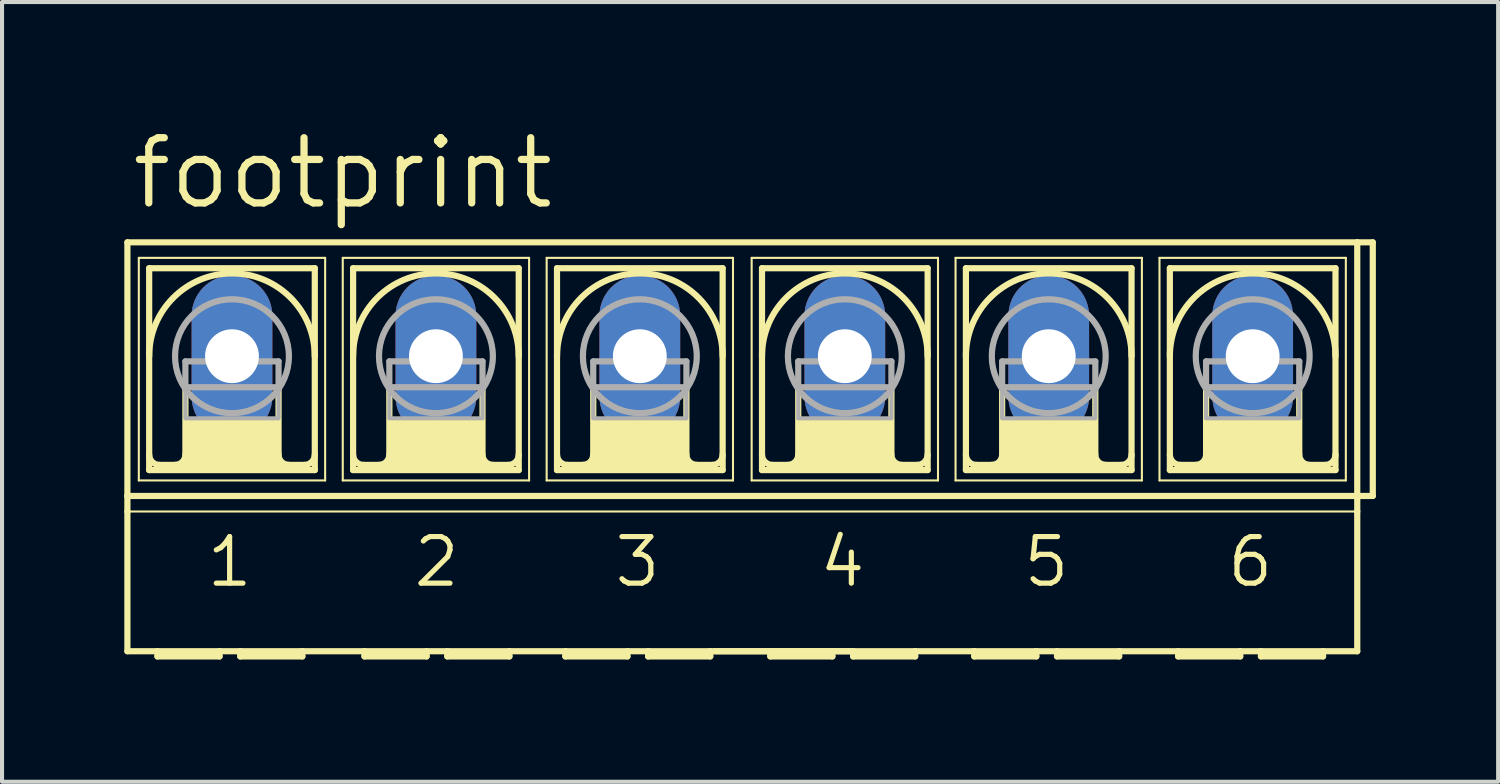
<source format=kicad_pcb>
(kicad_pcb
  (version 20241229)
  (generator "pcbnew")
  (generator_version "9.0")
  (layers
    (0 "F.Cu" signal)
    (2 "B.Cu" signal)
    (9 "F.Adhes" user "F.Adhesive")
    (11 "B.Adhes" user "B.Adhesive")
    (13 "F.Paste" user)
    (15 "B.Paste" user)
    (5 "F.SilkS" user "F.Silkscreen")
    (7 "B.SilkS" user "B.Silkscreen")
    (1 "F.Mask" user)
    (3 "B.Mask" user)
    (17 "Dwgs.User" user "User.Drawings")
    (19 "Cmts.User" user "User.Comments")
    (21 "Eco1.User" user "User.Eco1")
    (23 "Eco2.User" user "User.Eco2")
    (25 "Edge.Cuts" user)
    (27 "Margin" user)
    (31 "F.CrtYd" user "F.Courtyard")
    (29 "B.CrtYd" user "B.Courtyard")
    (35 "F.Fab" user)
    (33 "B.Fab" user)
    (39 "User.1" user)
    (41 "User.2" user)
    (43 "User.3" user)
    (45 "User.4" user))
  (footprint "footprint"
    (layer "F.Cu")
    (at 15.164 5.69)
    (property "Reference" "footprint" (at -15.062 -3.556 0) (layer "F.SilkS") (effects (font (size 1.6 1.6) (thickness 0.178)) (justify left bottom)))
    (fp_line (start -15.088 3.429) (end -15.088 -2.794) (stroke (width 0.152) (type solid)) (layer "F.SilkS"))
    (fp_line (start -15.088 3.429) (end 15.088 3.429) (stroke (width 0.152) (type solid)) (layer "F.SilkS"))
    (fp_line (start -15.088 3.81) (end -15.088 3.429) (stroke (width 0.152) (type solid)) (layer "F.SilkS"))
    (fp_line (start -15.088 7.239) (end -15.088 3.81) (stroke (width 0.152) (type solid)) (layer "F.SilkS"))
    (fp_line (start -15.088 7.239) (end -14.351 7.239) (stroke (width 0.152) (type solid)) (layer "F.SilkS"))
    (fp_line (start -14.808 -2.413) (end -14.808 3.048) (stroke (width 0.051) (type solid)) (layer "F.SilkS"))
    (fp_line (start -14.808 -2.413) (end -10.236 -2.413) (stroke (width 0.051) (type solid)) (layer "F.SilkS"))
    (fp_line (start -14.554 2.794) (end -14.554 -2.159) (stroke (width 0.152) (type solid)) (layer "F.SilkS"))
    (fp_line (start -14.554 2.794) (end -10.49 2.794) (stroke (width 0.152) (type solid)) (layer "F.SilkS"))
    (fp_line (start -14.351 7.239) (end -12.827 7.239) (stroke (width 0.152) (type solid)) (layer "F.SilkS"))
    (fp_line (start -14.351 7.366) (end -14.351 7.239) (stroke (width 0.152) (type solid)) (layer "F.SilkS"))
    (fp_line (start -14.351 7.366) (end -12.827 7.366) (stroke (width 0.152) (type solid)) (layer "F.SilkS"))
    (fp_line (start -13.665 0.762) (end -13.665 2.413) (stroke (width 0.152) (type solid)) (layer "F.SilkS"))
    (fp_line (start -12.827 7.239) (end -12.827 7.366) (stroke (width 0.152) (type solid)) (layer "F.SilkS"))
    (fp_line (start -12.827 7.239) (end -12.319 7.239) (stroke (width 0.152) (type solid)) (layer "F.SilkS"))
    (fp_line (start -12.319 7.239) (end -10.795 7.239) (stroke (width 0.152) (type solid)) (layer "F.SilkS"))
    (fp_line (start -12.319 7.366) (end -12.319 7.239) (stroke (width 0.152) (type solid)) (layer "F.SilkS"))
    (fp_line (start -12.319 7.366) (end -10.795 7.366) (stroke (width 0.152) (type solid)) (layer "F.SilkS"))
    (fp_line (start -11.379 0.762) (end -11.379 2.413) (stroke (width 0.152) (type solid)) (layer "F.SilkS"))
    (fp_line (start -10.795 7.239) (end -9.271 7.239) (stroke (width 0.152) (type solid)) (layer "F.SilkS"))
    (fp_line (start -10.795 7.366) (end -10.795 7.239) (stroke (width 0.152) (type solid)) (layer "F.SilkS"))
    (fp_line (start -10.744 2.667) (end -14.3 2.667) (stroke (width 0.152) (type solid)) (layer "F.SilkS"))
    (fp_line (start -10.49 -2.159) (end -14.554 -2.159) (stroke (width 0.152) (type solid)) (layer "F.SilkS"))
    (fp_line (start -10.49 -2.159) (end -10.49 2.794) (stroke (width 0.152) (type solid)) (layer "F.SilkS"))
    (fp_line (start -10.236 -2.413) (end -10.236 3.048) (stroke (width 0.051) (type solid)) (layer "F.SilkS"))
    (fp_line (start -10.236 3.048) (end -14.808 3.048) (stroke (width 0.051) (type solid)) (layer "F.SilkS"))
    (fp_line (start -9.804 -2.413) (end -9.804 3.048) (stroke (width 0.051) (type solid)) (layer "F.SilkS"))
    (fp_line (start -9.804 -2.413) (end -5.232 -2.413) (stroke (width 0.051) (type solid)) (layer "F.SilkS"))
    (fp_line (start -9.55 -2.159) (end -9.55 2.794) (stroke (width 0.152) (type solid)) (layer "F.SilkS"))
    (fp_line (start -9.55 2.794) (end -5.486 2.794) (stroke (width 0.152) (type solid)) (layer "F.SilkS"))
    (fp_line (start -9.271 7.239) (end -7.747 7.239) (stroke (width 0.152) (type solid)) (layer "F.SilkS"))
    (fp_line (start -9.271 7.366) (end -9.271 7.239) (stroke (width 0.152) (type solid)) (layer "F.SilkS"))
    (fp_line (start -9.271 7.366) (end -7.747 7.366) (stroke (width 0.152) (type solid)) (layer "F.SilkS"))
    (fp_line (start -8.661 0.762) (end -8.661 2.413) (stroke (width 0.152) (type solid)) (layer "F.SilkS"))
    (fp_line (start -7.747 7.239) (end -7.747 7.366) (stroke (width 0.152) (type solid)) (layer "F.SilkS"))
    (fp_line (start -7.747 7.239) (end -7.239 7.239) (stroke (width 0.152) (type solid)) (layer "F.SilkS"))
    (fp_line (start -7.239 7.239) (end -5.715 7.239) (stroke (width 0.152) (type solid)) (layer "F.SilkS"))
    (fp_line (start -7.239 7.366) (end -7.239 7.239) (stroke (width 0.152) (type solid)) (layer "F.SilkS"))
    (fp_line (start -7.239 7.366) (end -5.715 7.366) (stroke (width 0.152) (type solid)) (layer "F.SilkS"))
    (fp_line (start -6.375 0.762) (end -6.375 2.413) (stroke (width 0.152) (type solid)) (layer "F.SilkS"))
    (fp_line (start -5.74 2.667) (end -9.296 2.667) (stroke (width 0.152) (type solid)) (layer "F.SilkS"))
    (fp_line (start -5.715 7.366) (end -5.715 7.239) (stroke (width 0.152) (type solid)) (layer "F.SilkS"))
    (fp_line (start -5.486 -2.159) (end -9.55 -2.159) (stroke (width 0.152) (type solid)) (layer "F.SilkS"))
    (fp_line (start -5.486 2.794) (end -5.486 -2.159) (stroke (width 0.152) (type solid)) (layer "F.SilkS"))
    (fp_line (start -5.232 3.048) (end -9.804 3.048) (stroke (width 0.051) (type solid)) (layer "F.SilkS"))
    (fp_line (start -5.232 3.048) (end -5.232 -2.413) (stroke (width 0.051) (type solid)) (layer "F.SilkS"))
    (fp_line (start -4.801 -2.413) (end -4.801 3.048) (stroke (width 0.051) (type solid)) (layer "F.SilkS"))
    (fp_line (start -4.801 -2.413) (end -0.229 -2.413) (stroke (width 0.051) (type solid)) (layer "F.SilkS"))
    (fp_line (start -4.547 2.794) (end -4.547 -2.159) (stroke (width 0.152) (type solid)) (layer "F.SilkS"))
    (fp_line (start -4.547 2.794) (end -0.483 2.794) (stroke (width 0.152) (type solid)) (layer "F.SilkS"))
    (fp_line (start -4.343 7.239) (end -5.715 7.239) (stroke (width 0.152) (type solid)) (layer "F.SilkS"))
    (fp_line (start -4.343 7.239) (end -4.343 7.366) (stroke (width 0.152) (type solid)) (layer "F.SilkS"))
    (fp_line (start -4.343 7.239) (end -2.819 7.239) (stroke (width 0.152) (type solid)) (layer "F.SilkS"))
    (fp_line (start -4.343 7.366) (end -2.819 7.366) (stroke (width 0.152) (type solid)) (layer "F.SilkS"))
    (fp_line (start -3.658 0.762) (end -3.658 2.413) (stroke (width 0.152) (type solid)) (layer "F.SilkS"))
    (fp_line (start -2.819 7.239) (end -2.819 7.366) (stroke (width 0.152) (type solid)) (layer "F.SilkS"))
    (fp_line (start -2.819 7.239) (end -2.311 7.239) (stroke (width 0.152) (type solid)) (layer "F.SilkS"))
    (fp_line (start -2.311 7.239) (end -2.311 7.366) (stroke (width 0.152) (type solid)) (layer "F.SilkS"))
    (fp_line (start -2.311 7.239) (end -0.787 7.239) (stroke (width 0.152) (type solid)) (layer "F.SilkS"))
    (fp_line (start -2.311 7.366) (end -0.787 7.366) (stroke (width 0.152) (type solid)) (layer "F.SilkS"))
    (fp_line (start -1.372 0.762) (end -1.372 2.413) (stroke (width 0.152) (type solid)) (layer "F.SilkS"))
    (fp_line (start -0.787 7.366) (end -0.787 7.239) (stroke (width 0.152) (type solid)) (layer "F.SilkS"))
    (fp_line (start -0.737 2.667) (end -4.293 2.667) (stroke (width 0.152) (type solid)) (layer "F.SilkS"))
    (fp_line (start -0.483 -2.159) (end -4.547 -2.159) (stroke (width 0.152) (type solid)) (layer "F.SilkS"))
    (fp_line (start -0.483 -2.159) (end -0.483 2.794) (stroke (width 0.152) (type solid)) (layer "F.SilkS"))
    (fp_line (start -0.229 -2.413) (end -0.229 3.048) (stroke (width 0.051) (type solid)) (layer "F.SilkS"))
    (fp_line (start -0.229 3.048) (end -4.801 3.048) (stroke (width 0.051) (type solid)) (layer "F.SilkS"))
    (fp_line (start 0.229 -2.413) (end 0.229 3.048) (stroke (width 0.051) (type solid)) (layer "F.SilkS"))
    (fp_line (start 0.229 -2.413) (end 4.801 -2.413) (stroke (width 0.051) (type solid)) (layer "F.SilkS"))
    (fp_line (start 0.483 2.794) (end 0.483 -2.159) (stroke (width 0.152) (type solid)) (layer "F.SilkS"))
    (fp_line (start 0.483 2.794) (end 4.547 2.794) (stroke (width 0.152) (type solid)) (layer "F.SilkS"))
    (fp_line (start 0.686 7.239) (end -0.686 7.239) (stroke (width 0.152) (type solid)) (layer "F.SilkS"))
    (fp_line (start 0.686 7.239) (end 0.686 7.366) (stroke (width 0.152) (type solid)) (layer "F.SilkS"))
    (fp_line (start 0.686 7.239) (end 2.21 7.239) (stroke (width 0.152) (type solid)) (layer "F.SilkS"))
    (fp_line (start 0.686 7.366) (end 2.21 7.366) (stroke (width 0.152) (type solid)) (layer "F.SilkS"))
    (fp_line (start 1.372 0.762) (end 1.372 2.413) (stroke (width 0.152) (type solid)) (layer "F.SilkS"))
    (fp_line (start 2.21 7.239) (end 2.21 7.366) (stroke (width 0.152) (type solid)) (layer "F.SilkS"))
    (fp_line (start 2.21 7.239) (end 2.718 7.239) (stroke (width 0.152) (type solid)) (layer "F.SilkS"))
    (fp_line (start 2.718 7.239) (end -0.787 7.239) (stroke (width 0.152) (type solid)) (layer "F.SilkS"))
    (fp_line (start 2.718 7.239) (end 2.718 7.366) (stroke (width 0.152) (type solid)) (layer "F.SilkS"))
    (fp_line (start 2.718 7.366) (end 4.242 7.366) (stroke (width 0.152) (type solid)) (layer "F.SilkS"))
    (fp_line (start 3.658 0.762) (end 3.658 2.413) (stroke (width 0.152) (type solid)) (layer "F.SilkS"))
    (fp_line (start 4.242 7.239) (end 2.718 7.239) (stroke (width 0.152) (type solid)) (layer "F.SilkS"))
    (fp_line (start 4.242 7.366) (end 4.242 7.239) (stroke (width 0.152) (type solid)) (layer "F.SilkS"))
    (fp_line (start 4.293 2.667) (end 0.737 2.667) (stroke (width 0.152) (type solid)) (layer "F.SilkS"))
    (fp_line (start 4.547 -2.159) (end 0.483 -2.159) (stroke (width 0.152) (type solid)) (layer "F.SilkS"))
    (fp_line (start 4.547 -2.159) (end 4.547 2.794) (stroke (width 0.152) (type solid)) (layer "F.SilkS"))
    (fp_line (start 4.801 -2.413) (end 4.801 3.048) (stroke (width 0.051) (type solid)) (layer "F.SilkS"))
    (fp_line (start 4.801 3.048) (end 0.229 3.048) (stroke (width 0.051) (type solid)) (layer "F.SilkS"))
    (fp_line (start 5.232 -2.413) (end 5.232 3.048) (stroke (width 0.051) (type solid)) (layer "F.SilkS"))
    (fp_line (start 5.232 -2.413) (end 9.804 -2.413) (stroke (width 0.051) (type solid)) (layer "F.SilkS"))
    (fp_line (start 5.486 2.794) (end 5.486 -2.159) (stroke (width 0.152) (type solid)) (layer "F.SilkS"))
    (fp_line (start 5.486 2.794) (end 9.55 2.794) (stroke (width 0.152) (type solid)) (layer "F.SilkS"))
    (fp_line (start 5.69 7.239) (end 4.242 7.239) (stroke (width 0.152) (type solid)) (layer "F.SilkS"))
    (fp_line (start 5.69 7.366) (end 5.69 7.239) (stroke (width 0.152) (type solid)) (layer "F.SilkS"))
    (fp_line (start 5.69 7.366) (end 7.214 7.366) (stroke (width 0.152) (type solid)) (layer "F.SilkS"))
    (fp_line (start 6.375 0.762) (end 6.375 2.413) (stroke (width 0.152) (type solid)) (layer "F.SilkS"))
    (fp_line (start 7.214 7.239) (end 5.69 7.239) (stroke (width 0.152) (type solid)) (layer "F.SilkS"))
    (fp_line (start 7.214 7.239) (end 7.214 7.366) (stroke (width 0.152) (type solid)) (layer "F.SilkS"))
    (fp_line (start 7.722 7.239) (end 7.214 7.239) (stroke (width 0.152) (type solid)) (layer "F.SilkS"))
    (fp_line (start 7.722 7.366) (end 7.722 7.239) (stroke (width 0.152) (type solid)) (layer "F.SilkS"))
    (fp_line (start 7.722 7.366) (end 9.246 7.366) (stroke (width 0.152) (type solid)) (layer "F.SilkS"))
    (fp_line (start 8.661 0.762) (end 8.661 2.413) (stroke (width 0.152) (type solid)) (layer "F.SilkS"))
    (fp_line (start 9.246 7.239) (end 7.722 7.239) (stroke (width 0.152) (type solid)) (layer "F.SilkS"))
    (fp_line (start 9.246 7.366) (end 9.246 7.239) (stroke (width 0.152) (type solid)) (layer "F.SilkS"))
    (fp_line (start 9.296 2.667) (end 5.74 2.667) (stroke (width 0.152) (type solid)) (layer "F.SilkS"))
    (fp_line (start 9.55 -2.159) (end 5.486 -2.159) (stroke (width 0.152) (type solid)) (layer "F.SilkS"))
    (fp_line (start 9.55 -2.159) (end 9.55 2.794) (stroke (width 0.152) (type solid)) (layer "F.SilkS"))
    (fp_line (start 9.804 -2.413) (end 9.804 3.048) (stroke (width 0.051) (type solid)) (layer "F.SilkS"))
    (fp_line (start 9.804 3.048) (end 5.232 3.048) (stroke (width 0.051) (type solid)) (layer "F.SilkS"))
    (fp_line (start 10.236 -2.413) (end 10.236 3.048) (stroke (width 0.051) (type solid)) (layer "F.SilkS"))
    (fp_line (start 10.236 -2.413) (end 14.808 -2.413) (stroke (width 0.051) (type solid)) (layer "F.SilkS"))
    (fp_line (start 10.49 2.794) (end 10.49 -2.159) (stroke (width 0.152) (type solid)) (layer "F.SilkS"))
    (fp_line (start 10.49 2.794) (end 14.554 2.794) (stroke (width 0.152) (type solid)) (layer "F.SilkS"))
    (fp_line (start 10.693 7.239) (end 9.246 7.239) (stroke (width 0.152) (type solid)) (layer "F.SilkS"))
    (fp_line (start 10.693 7.366) (end 10.693 7.239) (stroke (width 0.152) (type solid)) (layer "F.SilkS"))
    (fp_line (start 10.693 7.366) (end 12.217 7.366) (stroke (width 0.152) (type solid)) (layer "F.SilkS"))
    (fp_line (start 11.379 0.762) (end 11.379 2.413) (stroke (width 0.152) (type solid)) (layer "F.SilkS"))
    (fp_line (start 12.217 7.239) (end 10.693 7.239) (stroke (width 0.152) (type solid)) (layer "F.SilkS"))
    (fp_line (start 12.217 7.239) (end 12.217 7.366) (stroke (width 0.152) (type solid)) (layer "F.SilkS"))
    (fp_line (start 12.725 7.239) (end 12.217 7.239) (stroke (width 0.152) (type solid)) (layer "F.SilkS"))
    (fp_line (start 12.725 7.366) (end 12.725 7.239) (stroke (width 0.152) (type solid)) (layer "F.SilkS"))
    (fp_line (start 12.725 7.366) (end 14.249 7.366) (stroke (width 0.152) (type solid)) (layer "F.SilkS"))
    (fp_line (start 13.665 0.762) (end 13.665 2.413) (stroke (width 0.152) (type solid)) (layer "F.SilkS"))
    (fp_line (start 14.249 7.239) (end 12.725 7.239) (stroke (width 0.152) (type solid)) (layer "F.SilkS"))
    (fp_line (start 14.249 7.366) (end 14.249 7.239) (stroke (width 0.152) (type solid)) (layer "F.SilkS"))
    (fp_line (start 14.3 2.667) (end 10.744 2.667) (stroke (width 0.152) (type solid)) (layer "F.SilkS"))
    (fp_line (start 14.554 -2.159) (end 10.49 -2.159) (stroke (width 0.152) (type solid)) (layer "F.SilkS"))
    (fp_line (start 14.554 -2.159) (end 14.554 2.794) (stroke (width 0.152) (type solid)) (layer "F.SilkS"))
    (fp_line (start 14.808 -2.413) (end 14.808 3.048) (stroke (width 0.051) (type solid)) (layer "F.SilkS"))
    (fp_line (start 14.808 3.048) (end 10.236 3.048) (stroke (width 0.051) (type solid)) (layer "F.SilkS"))
    (fp_line (start 15.088 -2.794) (end -15.088 -2.794) (stroke (width 0.152) (type solid)) (layer "F.SilkS"))
    (fp_line (start 15.088 -2.794) (end 15.088 3.429) (stroke (width 0.152) (type solid)) (layer "F.SilkS"))
    (fp_line (start 15.088 3.429) (end 15.088 3.81) (stroke (width 0.152) (type solid)) (layer "F.SilkS"))
    (fp_line (start 15.088 3.81) (end -15.088 3.81) (stroke (width 0.051) (type solid)) (layer "F.SilkS"))
    (fp_line (start 15.088 3.81) (end 15.088 7.239) (stroke (width 0.152) (type solid)) (layer "F.SilkS"))
    (fp_line (start 15.088 7.239) (end 14.249 7.239) (stroke (width 0.152) (type solid)) (layer "F.SilkS"))
    (fp_line (start 15.469 -2.794) (end 15.088 -2.794) (stroke (width 0.152) (type solid)) (layer "F.SilkS"))
    (fp_line (start 15.469 -2.794) (end 15.469 3.429) (stroke (width 0.152) (type solid)) (layer "F.SilkS"))
    (fp_line (start 15.469 3.429) (end 15.088 3.429) (stroke (width 0.152) (type solid)) (layer "F.SilkS"))
    (fp_arc (start -14.5542 0) (mid -12.5222 -2.032) (end -10.4902 0) (stroke (width 0.1524) (type solid)) (layer "F.SilkS"))
    (fp_arc (start -14.3002 2.667) (mid -14.479805 2.592605) (end -14.5542 2.413) (stroke (width 0.1524) (type solid)) (layer "F.SilkS"))
    (fp_arc (start -13.6652 2.413) (mid -13.739595 2.592605) (end -13.9192 2.667) (stroke (width 0.1524) (type solid)) (layer "F.SilkS"))
    (fp_arc (start -11.1252 2.667) (mid -11.304805 2.592605) (end -11.3792 2.413) (stroke (width 0.1524) (type solid)) (layer "F.SilkS"))
    (fp_arc (start -10.4902 2.413) (mid -10.564595 2.592605) (end -10.7442 2.667) (stroke (width 0.1524) (type solid)) (layer "F.SilkS"))
    (fp_arc (start -9.5504 0) (mid -7.5184 -2.032) (end -5.4864 0) (stroke (width 0.1524) (type solid)) (layer "F.SilkS"))
    (fp_arc (start -9.2964 2.667) (mid -9.476005 2.592605) (end -9.5504 2.413) (stroke (width 0.1524) (type solid)) (layer "F.SilkS"))
    (fp_arc (start -8.6614 2.413) (mid -8.735795 2.592605) (end -8.9154 2.667) (stroke (width 0.1524) (type solid)) (layer "F.SilkS"))
    (fp_arc (start -6.1214 2.667) (mid -6.301005 2.592605) (end -6.3754 2.413) (stroke (width 0.1524) (type solid)) (layer "F.SilkS"))
    (fp_arc (start -5.4864 2.413) (mid -5.560795 2.592605) (end -5.7404 2.667) (stroke (width 0.1524) (type solid)) (layer "F.SilkS"))
    (fp_arc (start -4.5466 0) (mid -2.5146 -2.032) (end -0.4826 0) (stroke (width 0.1524) (type solid)) (layer "F.SilkS"))
    (fp_arc (start -4.2926 2.667) (mid -4.472205 2.592605) (end -4.5466 2.413) (stroke (width 0.1524) (type solid)) (layer "F.SilkS"))
    (fp_arc (start -3.6576 2.413) (mid -3.731995 2.592605) (end -3.9116 2.667) (stroke (width 0.1524) (type solid)) (layer "F.SilkS"))
    (fp_arc (start -1.1176 2.667) (mid -1.297205 2.592605) (end -1.3716 2.413) (stroke (width 0.1524) (type solid)) (layer "F.SilkS"))
    (fp_arc (start -0.4826 2.413) (mid -0.556995 2.592605) (end -0.7366 2.667) (stroke (width 0.1524) (type solid)) (layer "F.SilkS"))
    (fp_arc (start 0.4826 0) (mid 2.5146 -2.032) (end 4.5466 0) (stroke (width 0.1524) (type solid)) (layer "F.SilkS"))
    (fp_arc (start 0.7366 2.667) (mid 0.556995 2.592605) (end 0.4826 2.413) (stroke (width 0.1524) (type solid)) (layer "F.SilkS"))
    (fp_arc (start 1.3716 2.413) (mid 1.297205 2.592605) (end 1.1176 2.667) (stroke (width 0.1524) (type solid)) (layer "F.SilkS"))
    (fp_arc (start 3.9116 2.667) (mid 3.731995 2.592605) (end 3.6576 2.413) (stroke (width 0.1524) (type solid)) (layer "F.SilkS"))
    (fp_arc (start 4.5466 2.413) (mid 4.472205 2.592605) (end 4.2926 2.667) (stroke (width 0.1524) (type solid)) (layer "F.SilkS"))
    (fp_arc (start 5.4864 0) (mid 7.5184 -2.032) (end 9.5504 0) (stroke (width 0.1524) (type solid)) (layer "F.SilkS"))
    (fp_arc (start 5.7404 2.667) (mid 5.560795 2.592605) (end 5.4864 2.413) (stroke (width 0.1524) (type solid)) (layer "F.SilkS"))
    (fp_arc (start 6.3754 2.413) (mid 6.301005 2.592605) (end 6.1214 2.667) (stroke (width 0.1524) (type solid)) (layer "F.SilkS"))
    (fp_arc (start 8.9154 2.667) (mid 8.735795 2.592605) (end 8.6614 2.413) (stroke (width 0.1524) (type solid)) (layer "F.SilkS"))
    (fp_arc (start 9.5504 2.413) (mid 9.476005 2.592605) (end 9.2964 2.667) (stroke (width 0.1524) (type solid)) (layer "F.SilkS"))
    (fp_arc (start 10.4902 0) (mid 12.5222 -2.032) (end 14.5542 0) (stroke (width 0.1524) (type solid)) (layer "F.SilkS"))
    (fp_arc (start 10.7442 2.667) (mid 10.564595 2.592605) (end 10.4902 2.413) (stroke (width 0.1524) (type solid)) (layer "F.SilkS"))
    (fp_arc (start 11.3792 2.413) (mid 11.304805 2.592605) (end 11.1252 2.667) (stroke (width 0.1524) (type solid)) (layer "F.SilkS"))
    (fp_arc (start 13.9192 2.667) (mid 13.739595 2.592605) (end 13.6652 2.413) (stroke (width 0.1524) (type solid)) (layer "F.SilkS"))
    (fp_arc (start 14.5542 2.413) (mid 14.479805 2.592605) (end 14.3002 2.667) (stroke (width 0.1524) (type solid)) (layer "F.SilkS"))
    (fp_poly (pts (xy -13.665 2.667) (xy -11.379 2.667) (xy -11.379 1.524) (xy -13.665 1.524)) (stroke (width 0) (type solid)) (fill yes) (layer "F.SilkS"))
    (fp_poly (pts (xy -8.661 2.667) (xy -6.375 2.667) (xy -6.375 1.524) (xy -8.661 1.524)) (stroke (width 0) (type solid)) (fill yes) (layer "F.SilkS"))
    (fp_poly (pts (xy -3.658 2.667) (xy -1.372 2.667) (xy -1.372 1.524) (xy -3.658 1.524)) (stroke (width 0) (type solid)) (fill yes) (layer "F.SilkS"))
    (fp_poly (pts (xy 1.372 2.667) (xy 3.658 2.667) (xy 3.658 1.524) (xy 1.372 1.524)) (stroke (width 0) (type solid)) (fill yes) (layer "F.SilkS"))
    (fp_poly (pts (xy 6.375 2.667) (xy 8.661 2.667) (xy 8.661 1.524) (xy 6.375 1.524)) (stroke (width 0) (type solid)) (fill yes) (layer "F.SilkS"))
    (fp_poly (pts (xy 11.379 2.667) (xy 13.665 2.667) (xy 13.665 1.524) (xy 11.379 1.524)) (stroke (width 0) (type solid)) (fill yes) (layer "F.SilkS"))
    (fp_line (start -13.665 0.127) (end -13.665 0.762) (stroke (width 0.152) (type solid)) (layer "F.Fab"))
    (fp_line (start -13.665 0.127) (end -11.379 0.127) (stroke (width 0.152) (type solid)) (layer "F.Fab"))
    (fp_line (start -13.665 0.762) (end -11.379 0.762) (stroke (width 0.152) (type solid)) (layer "F.Fab"))
    (fp_line (start -11.379 0.127) (end -11.379 0.762) (stroke (width 0.152) (type solid)) (layer "F.Fab"))
    (fp_line (start -8.661 0.127) (end -8.661 0.762) (stroke (width 0.152) (type solid)) (layer "F.Fab"))
    (fp_line (start -8.661 0.127) (end -6.375 0.127) (stroke (width 0.152) (type solid)) (layer "F.Fab"))
    (fp_line (start -8.661 0.762) (end -6.375 0.762) (stroke (width 0.152) (type solid)) (layer "F.Fab"))
    (fp_line (start -6.375 0.127) (end -6.375 0.762) (stroke (width 0.152) (type solid)) (layer "F.Fab"))
    (fp_line (start -3.658 0.127) (end -3.658 0.762) (stroke (width 0.152) (type solid)) (layer "F.Fab"))
    (fp_line (start -3.658 0.127) (end -1.372 0.127) (stroke (width 0.152) (type solid)) (layer "F.Fab"))
    (fp_line (start -3.658 0.762) (end -1.372 0.762) (stroke (width 0.152) (type solid)) (layer "F.Fab"))
    (fp_line (start -1.372 0.127) (end -1.372 0.762) (stroke (width 0.152) (type solid)) (layer "F.Fab"))
    (fp_line (start 1.372 0.127) (end 1.372 0.762) (stroke (width 0.152) (type solid)) (layer "F.Fab"))
    (fp_line (start 1.372 0.127) (end 3.658 0.127) (stroke (width 0.152) (type solid)) (layer "F.Fab"))
    (fp_line (start 1.372 0.762) (end 3.658 0.762) (stroke (width 0.152) (type solid)) (layer "F.Fab"))
    (fp_line (start 3.658 0.127) (end 3.658 0.762) (stroke (width 0.152) (type solid)) (layer "F.Fab"))
    (fp_line (start 6.375 0.127) (end 6.375 0.762) (stroke (width 0.152) (type solid)) (layer "F.Fab"))
    (fp_line (start 6.375 0.127) (end 8.661 0.127) (stroke (width 0.152) (type solid)) (layer "F.Fab"))
    (fp_line (start 6.375 0.762) (end 8.661 0.762) (stroke (width 0.152) (type solid)) (layer "F.Fab"))
    (fp_line (start 8.661 0.127) (end 8.661 0.762) (stroke (width 0.152) (type solid)) (layer "F.Fab"))
    (fp_line (start 11.379 0.127) (end 11.379 0.762) (stroke (width 0.152) (type solid)) (layer "F.Fab"))
    (fp_line (start 11.379 0.127) (end 13.665 0.127) (stroke (width 0.152) (type solid)) (layer "F.Fab"))
    (fp_line (start 11.379 0.762) (end 13.665 0.762) (stroke (width 0.152) (type solid)) (layer "F.Fab"))
    (fp_line (start 13.665 0.127) (end 13.665 0.762) (stroke (width 0.152) (type solid)) (layer "F.Fab"))
    (fp_circle (center -12.522 0) (end -11.125 0) (stroke (width 0.152) (type solid)) (fill no) (layer "F.Fab"))
    (fp_circle (center -7.518 0) (end -6.121 0) (stroke (width 0.152) (type solid)) (fill no) (layer "F.Fab"))
    (fp_circle (center -2.515 0) (end -1.118 0) (stroke (width 0.152) (type solid)) (fill no) (layer "F.Fab"))
    (fp_circle (center 2.515 0) (end 3.912 0) (stroke (width 0.152) (type solid)) (fill no) (layer "F.Fab"))
    (fp_circle (center 7.518 0) (end 8.915 0) (stroke (width 0.152) (type solid)) (fill no) (layer "F.Fab"))
    (fp_circle (center 12.522 0) (end 13.919 0) (stroke (width 0.152) (type solid)) (fill no) (layer "F.Fab"))
    (fp_poly (pts (xy -13.665 1.524) (xy -11.379 1.524) (xy -11.379 0.762) (xy -13.665 0.762)) (stroke (width 0.1) (type solid)) (fill no) (layer "F.Fab"))
    (fp_poly (pts (xy -8.661 1.524) (xy -6.375 1.524) (xy -6.375 0.762) (xy -8.661 0.762)) (stroke (width 0.1) (type solid)) (fill no) (layer "F.Fab"))
    (fp_poly (pts (xy -3.658 1.524) (xy -1.372 1.524) (xy -1.372 0.762) (xy -3.658 0.762)) (stroke (width 0.1) (type solid)) (fill no) (layer "F.Fab"))
    (fp_poly (pts (xy 1.372 1.524) (xy 3.658 1.524) (xy 3.658 0.762) (xy 1.372 0.762)) (stroke (width 0.1) (type solid)) (fill no) (layer "F.Fab"))
    (fp_poly (pts (xy 6.375 1.524) (xy 8.661 1.524) (xy 8.661 0.762) (xy 6.375 0.762)) (stroke (width 0.1) (type solid)) (fill no) (layer "F.Fab"))
    (fp_poly (pts (xy 11.379 1.524) (xy 13.665 1.524) (xy 13.665 0.762) (xy 11.379 0.762)) (stroke (width 0.1) (type solid)) (fill no) (layer "F.Fab"))
    (fp_text user "6" (at 11.836 5.715 0) (layer "F.SilkS") (effects (font (size 1.143 1.143) (thickness 0.127)) (justify left bottom)))
    (fp_text user "3" (at -3.2 5.715 0) (layer "F.SilkS") (effects (font (size 1.143 1.143) (thickness 0.127)) (justify left bottom)))
    (fp_text user "5" (at 6.833 5.715 0) (layer "F.SilkS") (effects (font (size 1.143 1.143) (thickness 0.127)) (justify left bottom)))
    (fp_text user "2" (at -8.128 5.715 0) (layer "F.SilkS") (effects (font (size 1.143 1.143) (thickness 0.127)) (justify left bottom)))
    (fp_text user "1" (at -13.208 5.715 0) (layer "F.SilkS") (effects (font (size 1.143 1.143) (thickness 0.127)) (justify left bottom)))
    (fp_text user "4" (at 1.829 5.715 0) (layer "F.SilkS") (effects (font (size 1.143 1.143) (thickness 0.127)) (justify left bottom)))
    (pad "1" thru_hole oval (at -12.522 0 90) (size 3.962 1.981) (drill 1.321) (layers "*.Cu" "*.Mask"))
    (pad "2" thru_hole oval (at -7.518 0 90) (size 3.962 1.981) (drill 1.321) (layers "*.Cu" "*.Mask"))
    (pad "3" thru_hole oval (at -2.515 0 90) (size 3.962 1.981) (drill 1.321) (layers "*.Cu" "*.Mask"))
    (pad "4" thru_hole oval (at 2.515 0 90) (size 3.962 1.981) (drill 1.321) (layers "*.Cu" "*.Mask"))
    (pad "5" thru_hole oval (at 7.518 0 90) (size 3.962 1.981) (drill 1.321) (layers "*.Cu" "*.Mask"))
    (pad "6" thru_hole oval (at 12.522 0 90) (size 3.962 1.981) (drill 1.321) (layers "*.Cu" "*.Mask")))
  (gr_rect
    (start -3 -3)
    (end 33.709 16.132)
    (stroke (width 0.1) (type default))
    (fill no)
    (layer "Edge.Cuts")))
</source>
